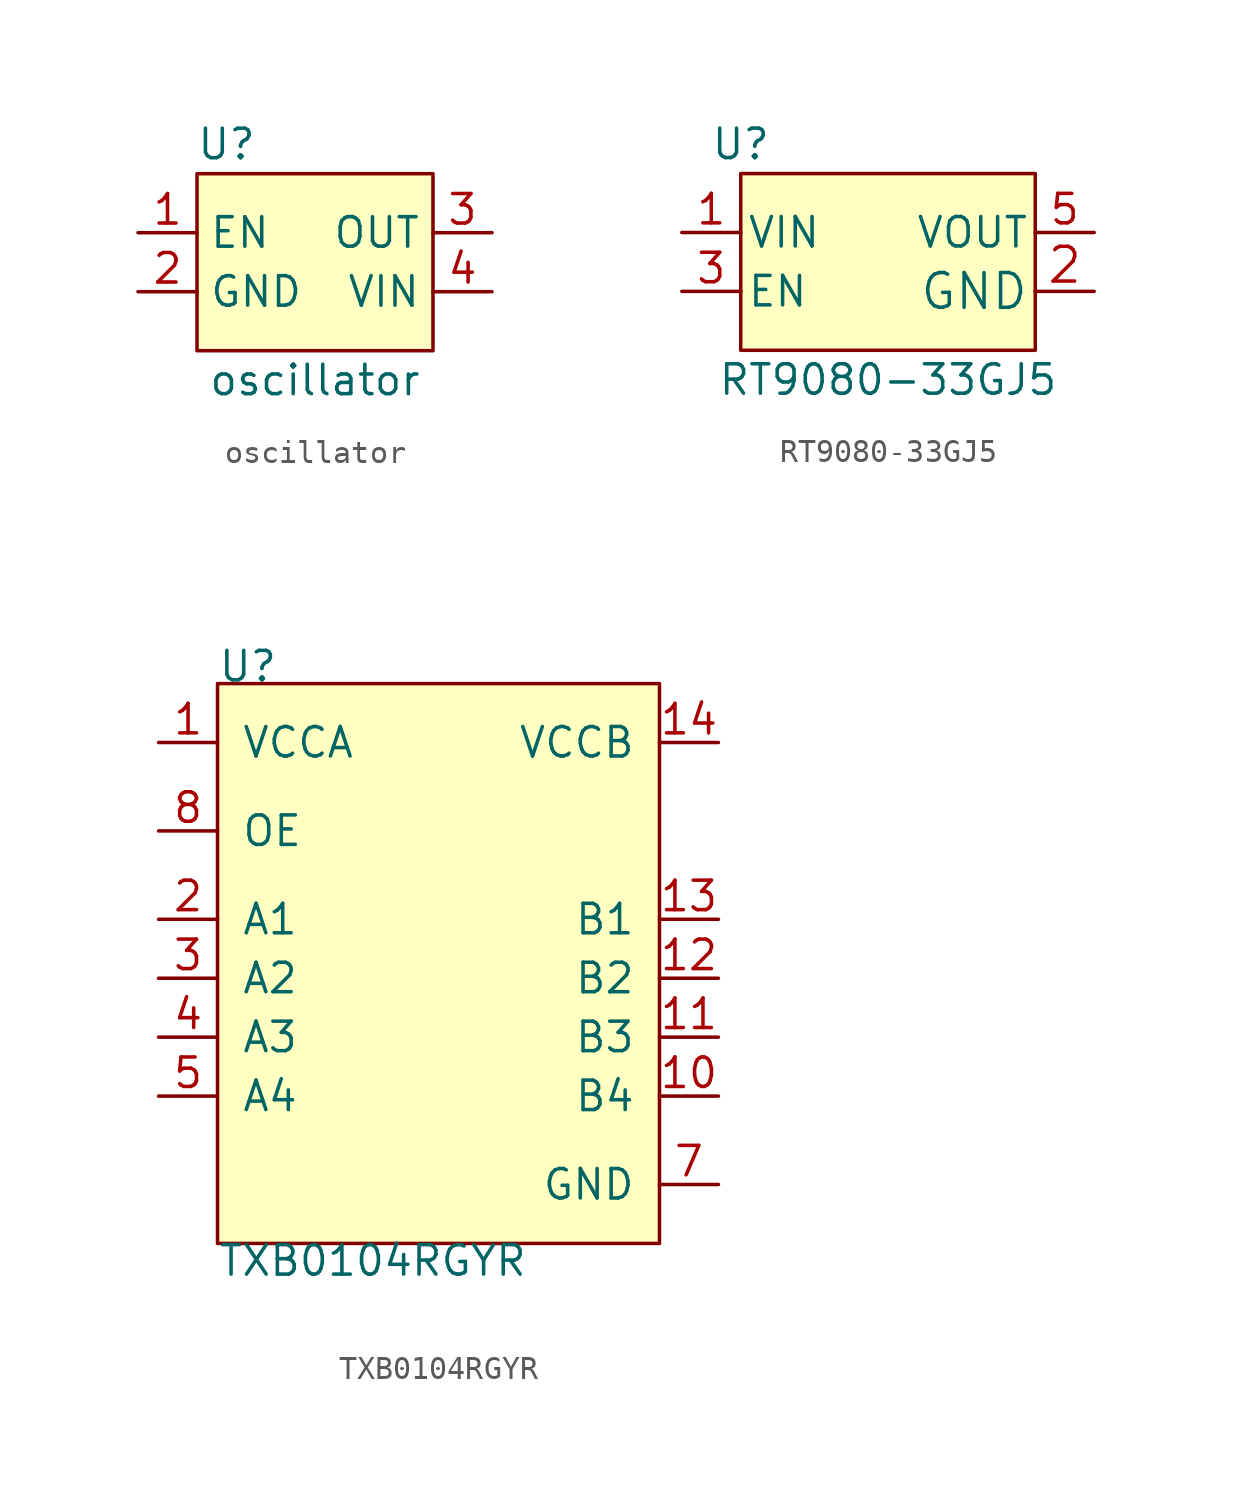
<source format=kicad_sym>
(kicad_symbol_lib
  (version 20220914)
  (generator kicad_symbol_editor)
  (symbol "oscillator"
    (property "Reference" "U"
      (at -3.81 5.08 0)
      (effects (font (size 1.27 1.27))))
    (property "Value" "oscillator"
      (at 0 -5.08 0)
      (effects (font (size 1.27 1.27))))
    (symbol "oscillator_0_1"
      (rectangle (start -5.08 3.81) (end 5.08 -3.81) (stroke (width 0.152) (type default)) (fill (type background))))
    (symbol "oscillator_1_0"
      (pin bidirectional line (at -7.62 1.27 0) (length 2.54) (name "EN" (effects (font (size 1.27 1.27)))) (number "1" (effects (font (size 1.27 1.27)))))
      (pin bidirectional line (at -7.62 -1.27 0) (length 2.54) (name "GND" (effects (font (size 1.27 1.27)))) (number "2" (effects (font (size 1.27 1.27)))))
      (pin bidirectional line (at 7.62 1.27 180) (length 2.54) (name "OUT" (effects (font (size 1.27 1.27)))) (number "3" (effects (font (size 1.27 1.27)))))
      (pin bidirectional line (at 7.62 -1.27 180) (length 2.54) (name "VIN" (effects (font (size 1.27 1.27)))) (number "4" (effects (font (size 1.27 1.27)))))))
  (symbol "RT9080-33GJ5"
    (pin_names
      (offset 0.254))
    (property "Reference" "U"
      (at -6.35 5.08 0)
      (effects (font (size 1.27 1.27))))
    (property "Value" "RT9080-33GJ5"
      (at 0 -5.08 0)
      (effects (font (size 1.27 1.27))))
    (property "Datasheet" ""
      (at -8.89 1.27 0)
      (effects (font (size 1.524 1.524))))
    (property "ki_locked" ""
      (at 0 0 0)
      (effects (font (size 1.27 1.27))))
    (symbol "RT9080-33GJ5_1_1"
      (rectangle (start -6.35 3.81) (end 6.35 -3.81) (stroke (width 0.152) (type default)) (fill (type background)))
      (pin power_in line (at -8.89 1.27 0) (length 2.54) (name "VIN" (effects (font (size 1.27 1.27)))) (number "1" (effects (font (size 1.27 1.27)))))
      (pin power_in line (at 8.89 -1.27 180) (length 2.54) (name "GND" (effects (font (size 1.499 1.499)))) (number "2" (effects (font (size 1.499 1.499)))))
      (pin input line (at -8.89 -1.27 0) (length 2.54) (name "EN" (effects (font (size 1.27 1.27)))) (number "3" (effects (font (size 1.27 1.27)))))
      (pin output line (at 8.89 1.27 180) (length 2.54) (name "VOUT" (effects (font (size 1.27 1.27)))) (number "5" (effects (font (size 1.27 1.27)))))))
  (symbol "TXB0104RGYR"
    (pin_names
      (offset 1.016))
    (property "Reference" "U"
      (at -8.89 12.7 0)
      (effects (font (size 1.27 1.27)) (justify left bottom)))
    (property "Value" "TXB0104RGYR"
      (at -8.89 -11.43 0)
      (effects (font (size 1.27 1.27)) (justify left top)))
    (symbol "TXB0104RGYR_0_0"
      (rectangle (start -8.89 12.7) (end 10.16 -11.43) (stroke (width 0.152) (type default)) (fill (type background)))
      (pin power_in line (at -11.43 10.16 0) (length 2.54) (name "VCCA" (effects (font (size 1.27 1.27)))) (number "1" (effects (font (size 1.27 1.27)))))
      (pin bidirectional line (at 12.7 -5.08 180) (length 2.54) (name "B4" (effects (font (size 1.27 1.27)))) (number "10" (effects (font (size 1.27 1.27)))))
      (pin bidirectional line (at 12.7 -2.54 180) (length 2.54) (name "B3" (effects (font (size 1.27 1.27)))) (number "11" (effects (font (size 1.27 1.27)))))
      (pin bidirectional line (at 12.7 0 180) (length 2.54) (name "B2" (effects (font (size 1.27 1.27)))) (number "12" (effects (font (size 1.27 1.27)))))
      (pin bidirectional line (at 12.7 2.54 180) (length 2.54) (name "B1" (effects (font (size 1.27 1.27)))) (number "13" (effects (font (size 1.27 1.27)))))
      (pin power_in line (at 12.7 10.16 180) (length 2.54) (name "VCCB" (effects (font (size 1.27 1.27)))) (number "14" (effects (font (size 1.27 1.27)))))
      (pin passive line (at 12.7 -8.89 180) (length 2.54) hide (name "GND" (effects (font (size 1.27 1.27)))) (number "15" (effects (font (size 1.27 1.27)))))
      (pin passive line (at 12.7 -8.89 180) (length 2.54) hide (name "GND" (effects (font (size 1.27 1.27)))) (number "16" (effects (font (size 1.27 1.27)))))
      (pin passive line (at 12.7 -8.89 180) (length 2.54) hide (name "GND" (effects (font (size 1.27 1.27)))) (number "17" (effects (font (size 1.27 1.27)))))
      (pin passive line (at 12.7 -8.89 180) (length 2.54) hide (name "GND" (effects (font (size 1.27 1.27)))) (number "18" (effects (font (size 1.27 1.27)))))
      (pin passive line (at 12.7 -8.89 180) (length 2.54) hide (name "GND" (effects (font (size 1.27 1.27)))) (number "19" (effects (font (size 1.27 1.27)))))
      (pin bidirectional line (at -11.43 2.54 0) (length 2.54) (name "A1" (effects (font (size 1.27 1.27)))) (number "2" (effects (font (size 1.27 1.27)))))
      (pin bidirectional line (at -11.43 0 0) (length 2.54) (name "A2" (effects (font (size 1.27 1.27)))) (number "3" (effects (font (size 1.27 1.27)))))
      (pin bidirectional line (at -11.43 -2.54 0) (length 2.54) (name "A3" (effects (font (size 1.27 1.27)))) (number "4" (effects (font (size 1.27 1.27)))))
      (pin bidirectional line (at -11.43 -5.08 0) (length 2.54) (name "A4" (effects (font (size 1.27 1.27)))) (number "5" (effects (font (size 1.27 1.27)))))
      (pin power_in line (at 12.7 -8.89 180) (length 2.54) (name "GND" (effects (font (size 1.27 1.27)))) (number "7" (effects (font (size 1.27 1.27)))))
      (pin input line (at -11.43 6.35 0) (length 2.54) (name "OE" (effects (font (size 1.27 1.27)))) (number "8" (effects (font (size 1.27 1.27))))))))
</source>
